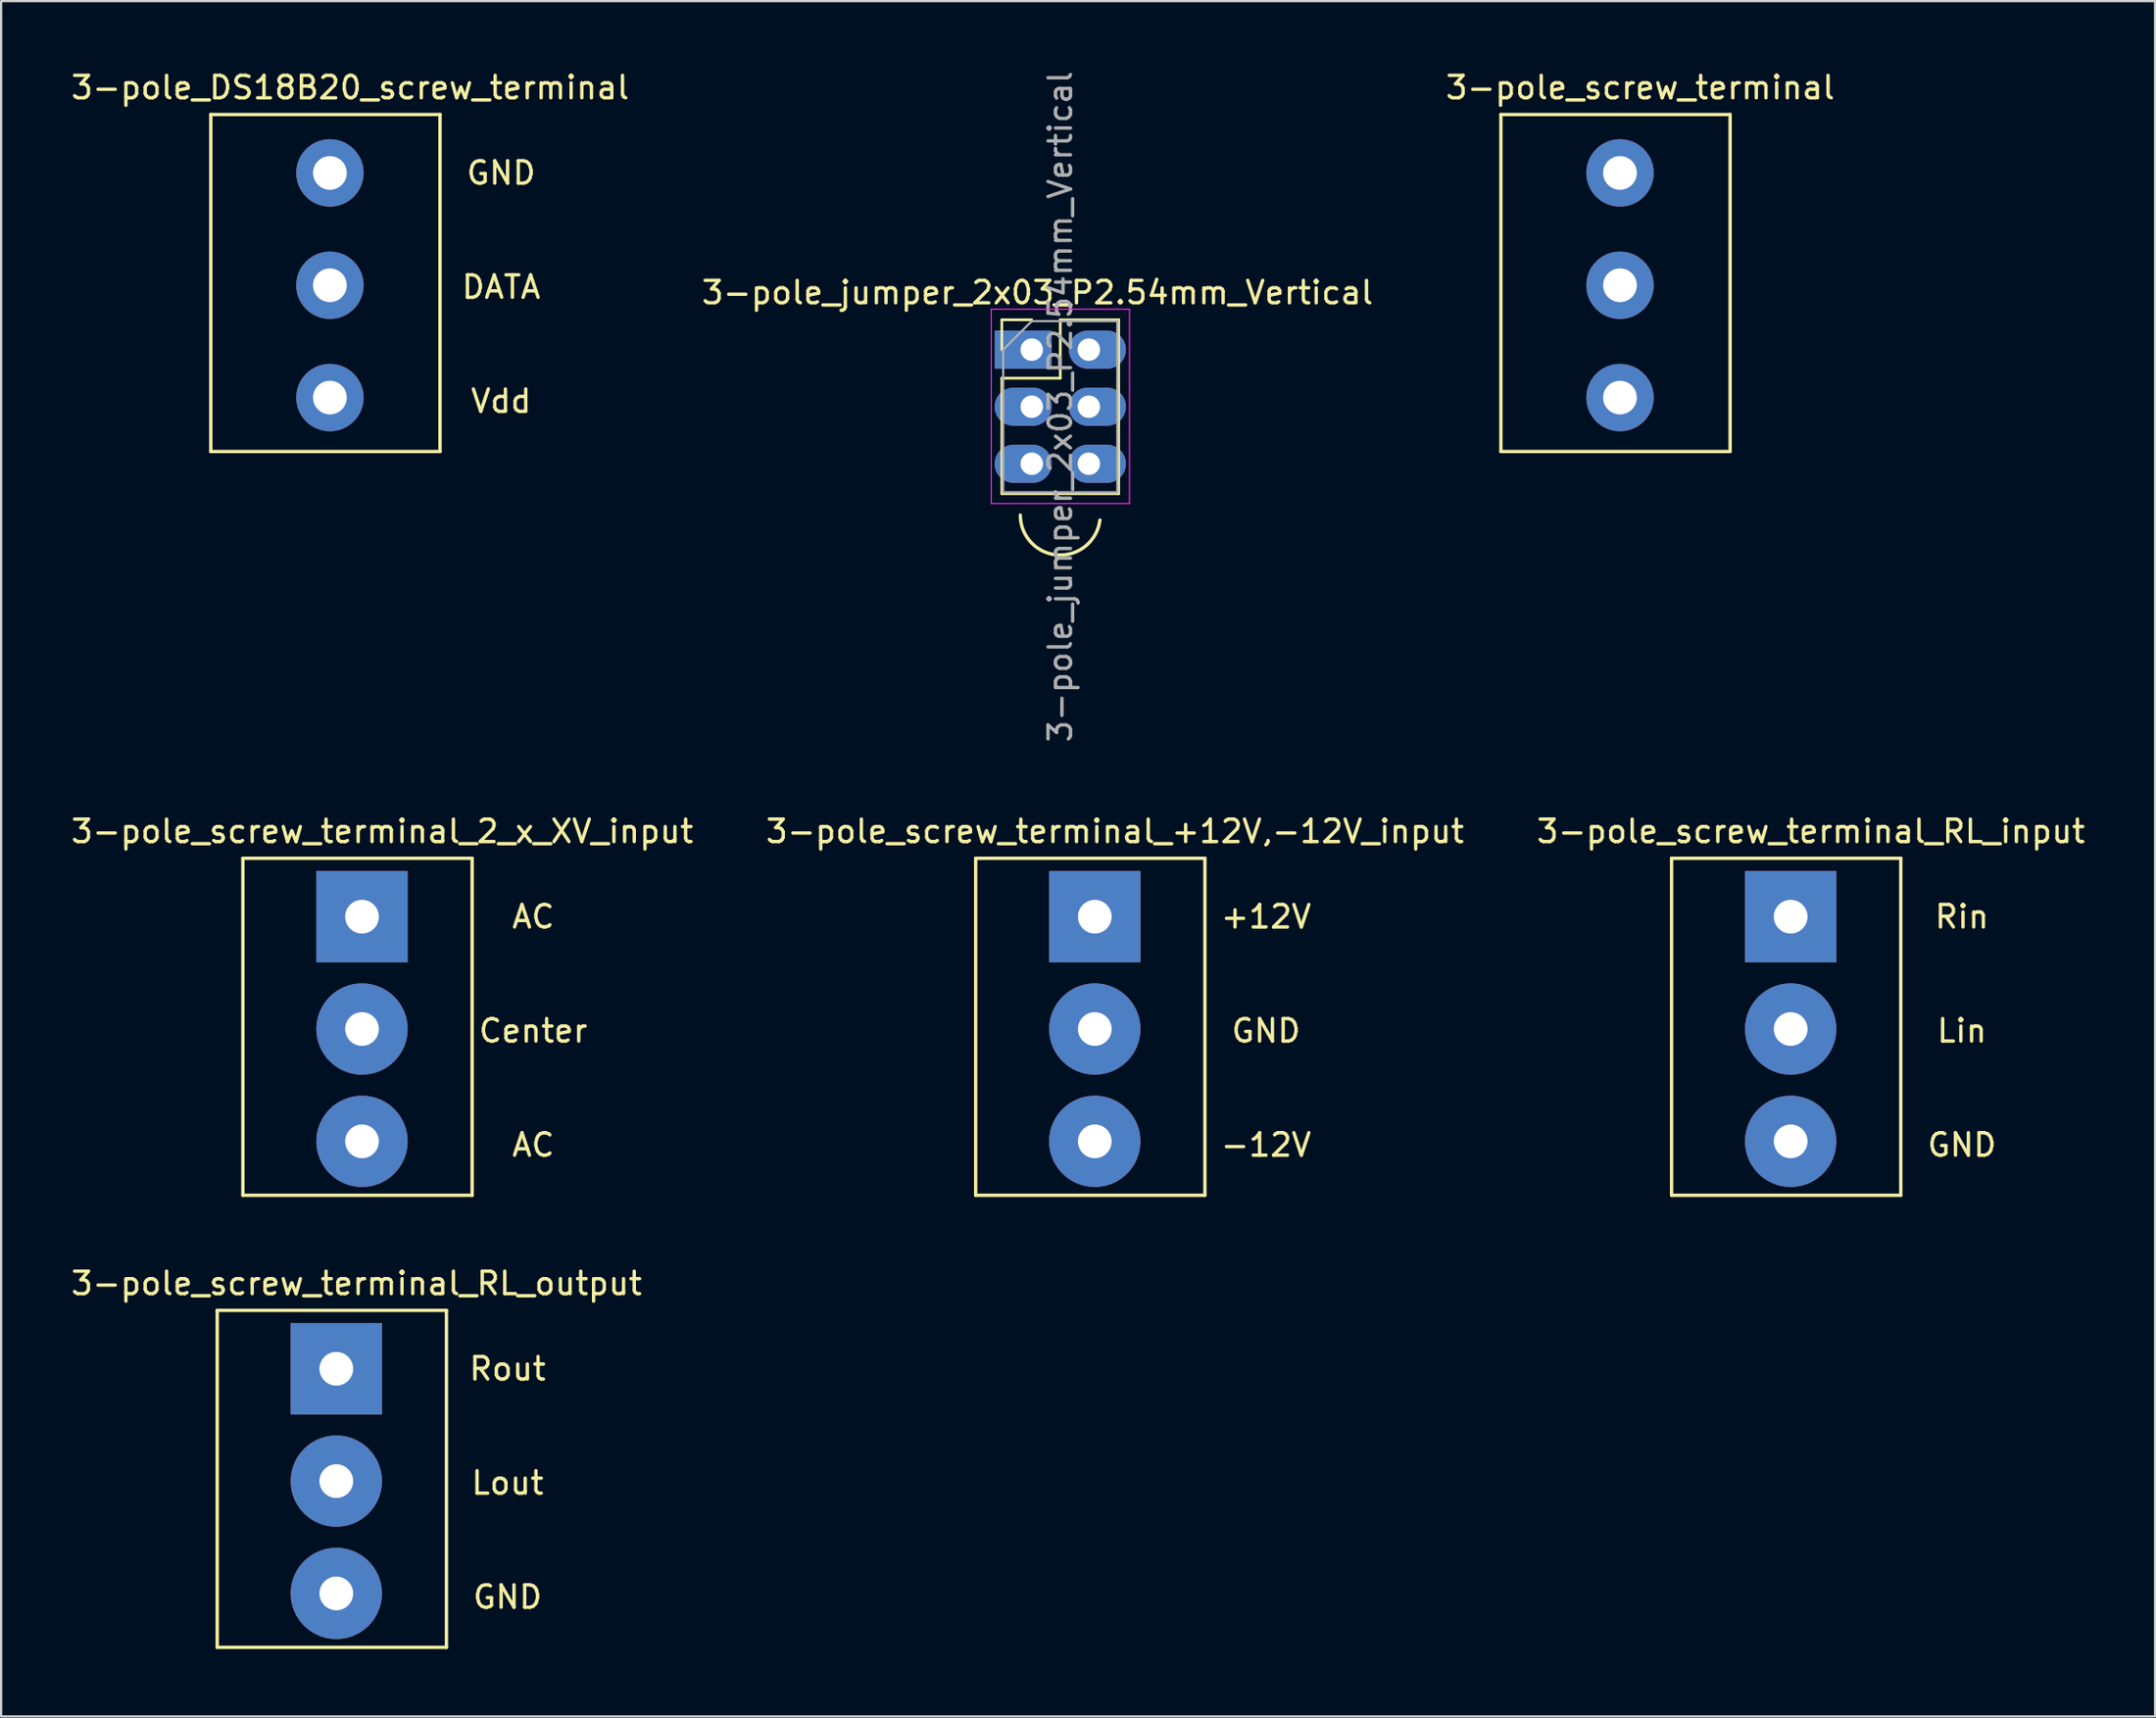
<source format=kicad_pcb>
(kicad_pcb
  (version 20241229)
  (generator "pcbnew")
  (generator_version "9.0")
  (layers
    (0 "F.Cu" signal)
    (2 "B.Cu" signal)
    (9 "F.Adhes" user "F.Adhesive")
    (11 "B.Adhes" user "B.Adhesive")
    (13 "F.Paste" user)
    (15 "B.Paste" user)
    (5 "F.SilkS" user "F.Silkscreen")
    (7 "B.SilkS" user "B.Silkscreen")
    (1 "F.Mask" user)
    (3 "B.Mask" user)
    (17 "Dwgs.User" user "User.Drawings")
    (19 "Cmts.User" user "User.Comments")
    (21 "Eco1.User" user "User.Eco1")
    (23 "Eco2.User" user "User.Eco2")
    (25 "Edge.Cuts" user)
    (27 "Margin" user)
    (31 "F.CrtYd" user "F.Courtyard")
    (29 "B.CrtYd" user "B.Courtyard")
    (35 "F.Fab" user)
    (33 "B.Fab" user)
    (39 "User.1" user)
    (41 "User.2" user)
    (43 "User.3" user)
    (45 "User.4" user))
  (footprint "3-pole_screw_terminal_+12V,-12V_input"
    (layer "F.Cu")
    (at 45.665 37.755)
    (property "Reference" "3-pole_screw_terminal_+12V,-12V_input" (at 0.9 -3.8 0) (layer "F.SilkS") (effects (font (size 1 1) (thickness 0.15))))
    (attr through_hole)
    (fp_line (start -5.3 -2.6) (end 4.9 -2.6) (stroke (width 0.15) (type solid)) (layer "F.SilkS"))
    (fp_line (start -5.3 12.4) (end -5.3 -2.6) (stroke (width 0.15) (type solid)) (layer "F.SilkS"))
    (fp_line (start 4.9 -2.6) (end 4.9 12.4) (stroke (width 0.15) (type solid)) (layer "F.SilkS"))
    (fp_line (start 4.9 12.4) (end -5.3 12.4) (stroke (width 0.15) (type solid)) (layer "F.SilkS"))
    (fp_text user "GND" (at 7.62 5.08 0) (layer "F.SilkS") (effects (font (size 1 1) (thickness 0.15))))
    (fp_text user "+12V" (at 7.62 0 0) (layer "F.SilkS") (effects (font (size 1 1) (thickness 0.15))))
    (fp_text user "-12V" (at 7.62 10.16 0) (layer "F.SilkS") (effects (font (size 1 1) (thickness 0.15))))
    (pad "1" thru_hole rect (at 0 0) (size 4.064 4.064) (drill 1.5) (layers "*.Cu" "*.Mask"))
    (pad "2" thru_hole circle (at 0 5) (size 4.064 4.064) (drill 1.5) (layers "*.Cu" "*.Mask"))
    (pad "3" thru_hole circle (at 0 10) (size 4.064 4.064) (drill 1.5) (layers "*.Cu" "*.Mask")))
  (footprint "3-pole_jumper_2x03_P2.54mm_Vertical"
    (layer "F.Cu")
    (at 42.859 12.514)
    (property "Reference" "3-pole_jumper_2x03_P2.54mm_Vertical" (at 0.254 -2.54 0) (layer "F.SilkS") (effects (font (size 1 1) (thickness 0.15))))
    (attr through_hole)
    (fp_line (start -1.33 -1.33) (end 0 -1.33) (stroke (width 0.12) (type solid)) (layer "F.SilkS"))
    (fp_line (start -1.33 0) (end -1.33 -1.33) (stroke (width 0.12) (type solid)) (layer "F.SilkS"))
    (fp_line (start -1.33 1.27) (end -1.33 6.41) (stroke (width 0.12) (type solid)) (layer "F.SilkS"))
    (fp_line (start -1.33 1.27) (end 1.27 1.27) (stroke (width 0.12) (type solid)) (layer "F.SilkS"))
    (fp_line (start -1.33 6.41) (end 3.87 6.41) (stroke (width 0.12) (type solid)) (layer "F.SilkS"))
    (fp_line (start 1.27 -1.33) (end 3.87 -1.33) (stroke (width 0.12) (type solid)) (layer "F.SilkS"))
    (fp_line (start 1.27 1.27) (end 1.27 -1.33) (stroke (width 0.12) (type solid)) (layer "F.SilkS"))
    (fp_line (start 3.87 -1.33) (end 3.87 6.41) (stroke (width 0.12) (type solid)) (layer "F.SilkS"))
    (fp_arc (start 3.03427 7.586534) (mid 1.15952 9.140564) (end -0.508 7.366) (stroke (width 0.15) (type solid)) (layer "F.SilkS"))
    (fp_line (start -1.8 -1.8) (end -1.8 6.85) (stroke (width 0.05) (type solid)) (layer "F.CrtYd"))
    (fp_line (start -1.8 6.85) (end 4.35 6.85) (stroke (width 0.05) (type solid)) (layer "F.CrtYd"))
    (fp_line (start 4.35 -1.8) (end -1.8 -1.8) (stroke (width 0.05) (type solid)) (layer "F.CrtYd"))
    (fp_line (start 4.35 6.85) (end 4.35 -1.8) (stroke (width 0.05) (type solid)) (layer "F.CrtYd"))
    (fp_line (start -1.27 0) (end 0 -1.27) (stroke (width 0.1) (type solid)) (layer "F.Fab"))
    (fp_line (start -1.27 6.35) (end -1.27 0) (stroke (width 0.1) (type solid)) (layer "F.Fab"))
    (fp_line (start 0 -1.27) (end 3.81 -1.27) (stroke (width 0.1) (type solid)) (layer "F.Fab"))
    (fp_line (start 3.81 -1.27) (end 3.81 6.35) (stroke (width 0.1) (type solid)) (layer "F.Fab"))
    (fp_line (start 3.81 6.35) (end -1.27 6.35) (stroke (width 0.1) (type solid)) (layer "F.Fab"))
    (fp_text user "${REFERENCE}" (at 1.27 2.54 90) (layer "F.Fab") (effects (font (size 1 1) (thickness 0.15))))
    (pad "1" thru_hole rect (at 0 0) (size 2.54 1.7) (drill 1 (offset -0.381 0)) (layers "*.Cu" "*.Mask"))
    (pad "2" thru_hole oval (at 2.54 0) (size 2.54 1.7) (drill 1 (offset 0.381 0)) (layers "*.Cu" "*.Mask"))
    (pad "3" thru_hole oval (at 0 2.54) (size 2.54 1.7) (drill 1 (offset -0.381 0)) (layers "*.Cu" "*.Mask"))
    (pad "4" thru_hole oval (at 2.54 2.54) (size 2.54 1.7) (drill 1 (offset 0.381 0)) (layers "*.Cu" "*.Mask"))
    (pad "5" thru_hole oval (at 0 5.08) (size 2.54 1.7) (drill 1 (offset -0.381 0)) (layers "*.Cu" "*.Mask"))
    (pad "6" thru_hole oval (at 2.54 5.08) (size 2.54 1.7) (drill 1 (offset 0.381 0)) (layers "*.Cu" "*.Mask")))
  (footprint "3-pole_screw_terminal_RL_input"
    (layer "F.Cu")
    (at 76.63 37.755)
    (property "Reference" "3-pole_screw_terminal_RL_input" (at 0.9 -3.8 0) (layer "F.SilkS") (effects (font (size 1 1) (thickness 0.15))))
    (attr through_hole)
    (fp_line (start -5.3 -2.6) (end 4.9 -2.6) (stroke (width 0.15) (type solid)) (layer "F.SilkS"))
    (fp_line (start -5.3 12.4) (end -5.3 -2.6) (stroke (width 0.15) (type solid)) (layer "F.SilkS"))
    (fp_line (start 4.9 -2.6) (end 4.9 12.4) (stroke (width 0.15) (type solid)) (layer "F.SilkS"))
    (fp_line (start 4.9 12.4) (end -5.3 12.4) (stroke (width 0.15) (type solid)) (layer "F.SilkS"))
    (fp_text user "Rin" (at 7.62 0 0) (layer "F.SilkS") (effects (font (size 1 1) (thickness 0.15))))
    (fp_text user "GND" (at 7.62 10.16 0) (layer "F.SilkS") (effects (font (size 1 1) (thickness 0.15))))
    (fp_text user "Lin" (at 7.62 5.08 0) (layer "F.SilkS") (effects (font (size 1 1) (thickness 0.15))))
    (pad "1" thru_hole rect (at 0 0) (size 4.064 4.064) (drill 1.5) (layers "*.Cu" "*.Mask"))
    (pad "2" thru_hole circle (at 0 5) (size 4.064 4.064) (drill 1.5) (layers "*.Cu" "*.Mask"))
    (pad "3" thru_hole circle (at 0 10) (size 4.064 4.064) (drill 1.5) (layers "*.Cu" "*.Mask")))
  (footprint "3-pole_DS18B20_screw_terminal"
    (layer "F.Cu")
    (at 11.63 4.648)
    (property "Reference" "3-pole_DS18B20_screw_terminal" (at 0.9 -3.8 0) (layer "F.SilkS") (effects (font (size 1 1) (thickness 0.15))))
    (attr through_hole)
    (fp_line (start -5.3 -2.6) (end 4.9 -2.6) (stroke (width 0.15) (type solid)) (layer "F.SilkS"))
    (fp_line (start -5.3 12.4) (end -5.3 -2.6) (stroke (width 0.15) (type solid)) (layer "F.SilkS"))
    (fp_line (start 4.9 -2.6) (end 4.9 12.4) (stroke (width 0.15) (type solid)) (layer "F.SilkS"))
    (fp_line (start 4.9 12.4) (end -5.3 12.4) (stroke (width 0.15) (type solid)) (layer "F.SilkS"))
    (fp_text user "DATA" (at 7.62 5.08 0) (layer "F.SilkS") (effects (font (size 1 1) (thickness 0.15))))
    (fp_text user "GND" (at 7.62 0 0) (layer "F.SilkS") (effects (font (size 1 1) (thickness 0.15))))
    (fp_text user "Vdd" (at 7.62 10.16 0) (layer "F.SilkS") (effects (font (size 1 1) (thickness 0.15))))
    (pad "1" thru_hole circle (at 0 0) (size 3 3) (drill 1.5) (layers "*.Cu" "*.Mask"))
    (pad "2" thru_hole circle (at 0 5) (size 3 3) (drill 1.5) (layers "*.Cu" "*.Mask"))
    (pad "3" thru_hole circle (at 0 10) (size 3 3) (drill 1.5) (layers "*.Cu" "*.Mask")))
  (footprint "3-pole_screw_terminal_2_x_XV_input"
    (layer "F.Cu")
    (at 13.058 37.755)
    (property "Reference" "3-pole_screw_terminal_2_x_XV_input" (at 0.9 -3.8 0) (layer "F.SilkS") (effects (font (size 1 1) (thickness 0.15))))
    (attr through_hole)
    (fp_line (start -5.3 -2.6) (end 4.9 -2.6) (stroke (width 0.15) (type solid)) (layer "F.SilkS"))
    (fp_line (start -5.3 12.4) (end -5.3 -2.6) (stroke (width 0.15) (type solid)) (layer "F.SilkS"))
    (fp_line (start 4.9 -2.6) (end 4.9 12.4) (stroke (width 0.15) (type solid)) (layer "F.SilkS"))
    (fp_line (start 4.9 12.4) (end -5.3 12.4) (stroke (width 0.15) (type solid)) (layer "F.SilkS"))
    (fp_text user "AC" (at 7.62 10.16 0) (layer "F.SilkS") (effects (font (size 1 1) (thickness 0.15))))
    (fp_text user "Center" (at 7.62 5.08 0) (layer "F.SilkS") (effects (font (size 1 1) (thickness 0.15))))
    (fp_text user "AC" (at 7.62 0 0) (layer "F.SilkS") (effects (font (size 1 1) (thickness 0.15))))
    (pad "1" thru_hole rect (at 0 0) (size 4.064 4.064) (drill 1.5) (layers "*.Cu" "*.Mask"))
    (pad "2" thru_hole circle (at 0 5) (size 4.064 4.064) (drill 1.5) (layers "*.Cu" "*.Mask"))
    (pad "3" thru_hole circle (at 0 10) (size 4.064 4.064) (drill 1.5) (layers "*.Cu" "*.Mask")))
  (footprint "3-pole_screw_terminal_RL_output"
    (layer "F.Cu")
    (at 11.915 57.879)
    (property "Reference" "3-pole_screw_terminal_RL_output" (at 0.9 -3.8 0) (layer "F.SilkS") (effects (font (size 1 1) (thickness 0.15))))
    (attr through_hole)
    (fp_line (start -5.3 -2.6) (end 4.9 -2.6) (stroke (width 0.15) (type solid)) (layer "F.SilkS"))
    (fp_line (start -5.3 12.4) (end -5.3 -2.6) (stroke (width 0.15) (type solid)) (layer "F.SilkS"))
    (fp_line (start 4.9 -2.6) (end 4.9 12.4) (stroke (width 0.15) (type solid)) (layer "F.SilkS"))
    (fp_line (start 4.9 12.4) (end -5.3 12.4) (stroke (width 0.15) (type solid)) (layer "F.SilkS"))
    (fp_text user "Lout" (at 7.62 5.08 0) (layer "F.SilkS") (effects (font (size 1 1) (thickness 0.15))))
    (fp_text user "GND" (at 7.62 10.16 0) (layer "F.SilkS") (effects (font (size 1 1) (thickness 0.15))))
    (fp_text user "Rout" (at 7.62 0 0) (layer "F.SilkS") (effects (font (size 1 1) (thickness 0.15))))
    (pad "1" thru_hole rect (at 0 0) (size 4.064 4.064) (drill 1.5) (layers "*.Cu" "*.Mask"))
    (pad "2" thru_hole circle (at 0 5) (size 4.064 4.064) (drill 1.5) (layers "*.Cu" "*.Mask"))
    (pad "3" thru_hole circle (at 0 10) (size 4.064 4.064) (drill 1.5) (layers "*.Cu" "*.Mask")))
  (footprint "3-pole_screw_terminal"
    (layer "F.Cu")
    (at 69.035 4.648)
    (property "Reference" "3-pole_screw_terminal" (at 0.9 -3.8 0) (layer "F.SilkS") (effects (font (size 1 1) (thickness 0.15))))
    (attr through_hole)
    (fp_line (start -5.3 -2.6) (end 4.9 -2.6) (stroke (width 0.15) (type solid)) (layer "F.SilkS"))
    (fp_line (start -5.3 12.4) (end -5.3 -2.6) (stroke (width 0.15) (type solid)) (layer "F.SilkS"))
    (fp_line (start 4.9 -2.6) (end 4.9 12.4) (stroke (width 0.15) (type solid)) (layer "F.SilkS"))
    (fp_line (start 4.9 12.4) (end -5.3 12.4) (stroke (width 0.15) (type solid)) (layer "F.SilkS"))
    (pad "1" thru_hole circle (at 0 0) (size 3 3) (drill 1.5) (layers "*.Cu" "*.Mask"))
    (pad "2" thru_hole circle (at 0 5) (size 3 3) (drill 1.5) (layers "*.Cu" "*.Mask"))
    (pad "3" thru_hole circle (at 0 10) (size 3 3) (drill 1.5) (layers "*.Cu" "*.Mask")))
  (gr_rect
    (start -3 -3)
    (end 92.845 73.354)
    (stroke (width 0.1) (type default))
    (fill no)
    (layer "Edge.Cuts")))
</source>
